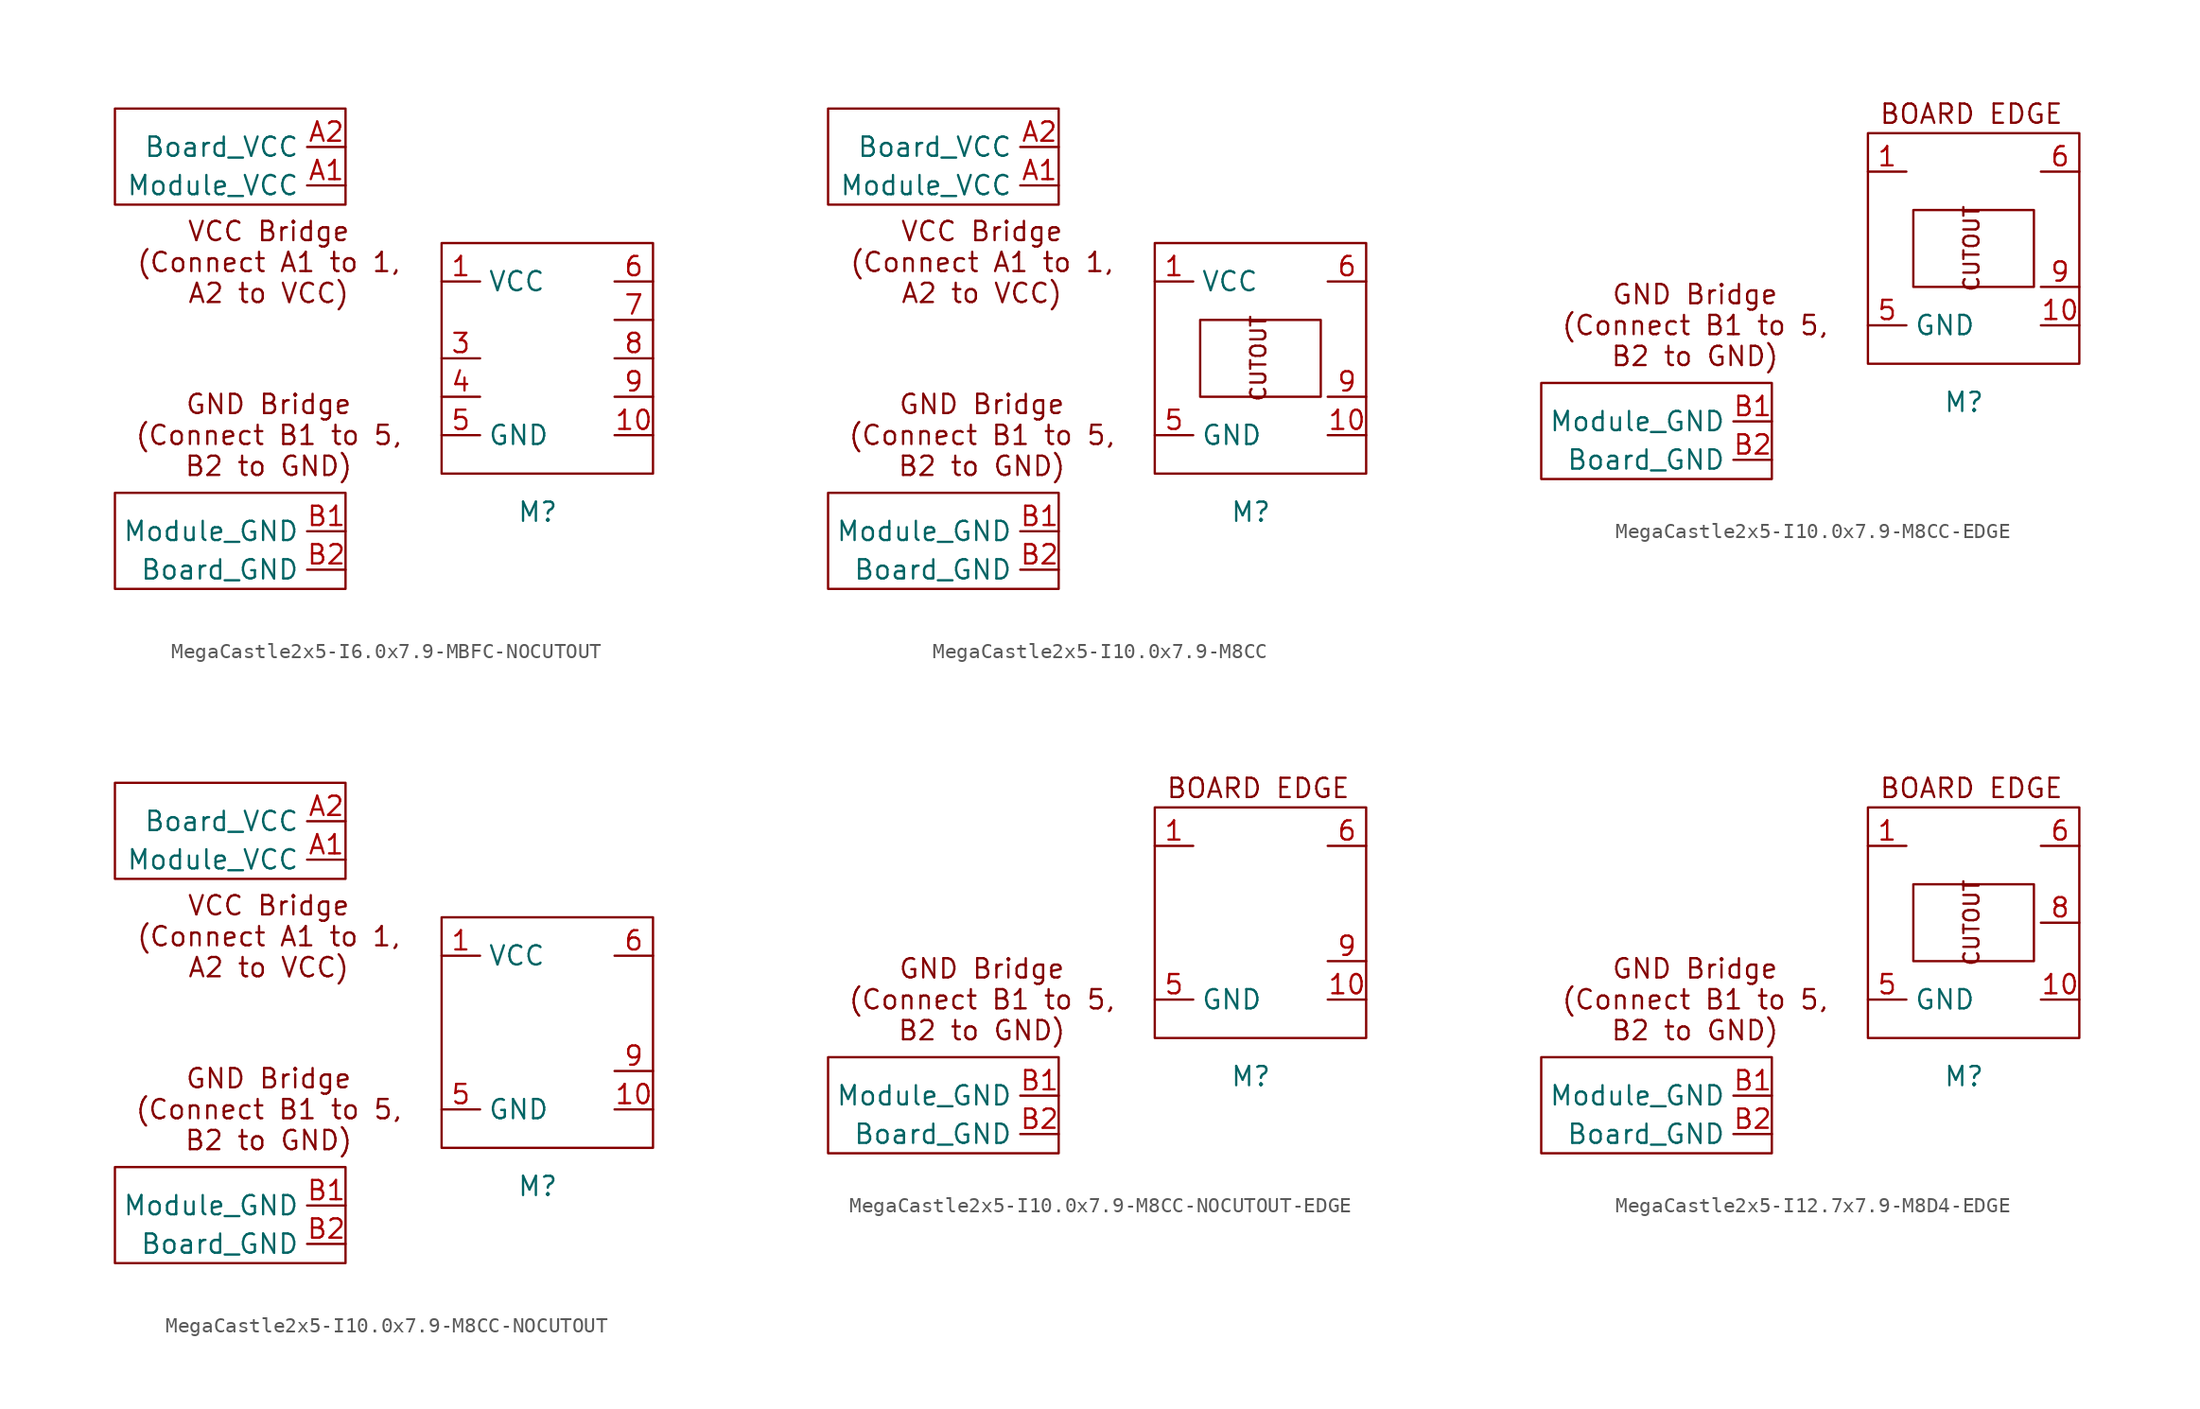
<source format=kicad_sym>
(kicad_symbol_lib
  (version 20241209)
  (generator "kicad_symbol_editor")
  (generator_version "9.0")
  (symbol "MegaCastle2x5-I6.0x7.9-MBFC-NOCUTOUT"
    (property "Reference" "M"
      (at 0 -10.16 0)
      (effects (font (size 1.27 1.27))))
    (property "Value" ""
      (at 0 5.08 0)
      (effects (font (size 1.27 1.27))))
    (symbol "MegaCastle2x5-I6.0x7.9-MBFC-NOCUTOUT_0_1"
      (rectangle (start -27.94 16.51) (end -12.7 10.16) (stroke (width 0) (type default)) (fill (type none)))
      (rectangle (start -27.94 -8.89) (end -12.7 -15.24) (stroke (width 0) (type default)) (fill (type none)))
      (rectangle (start -6.35 7.62) (end 7.62 -7.62) (stroke (width 0) (type default)) (fill (type none))))
    (symbol "MegaCastle2x5-I6.0x7.9-MBFC-NOCUTOUT_1_1"
      (text "VCC Bridge\n(Connect A1 to 1,\nA2 to VCC)" (at -17.78 6.35 0) (effects (font (size 1.27 1.27))))
      (text "GND Bridge\n(Connect B1 to 5,\nB2 to GND)" (at -17.78 -5.08 0) (effects (font (size 1.27 1.27))))
      (pin bidirectional line (at -12.7 13.97 180) (length 2.54) (name "Board_VCC" (effects (font (size 1.27 1.27)))) (number "A2" (effects (font (size 1.27 1.27)))))
      (pin bidirectional line (at -12.7 11.43 180) (length 2.54) (name "Module_VCC" (effects (font (size 1.27 1.27)))) (number "A1" (effects (font (size 1.27 1.27)))))
      (pin bidirectional line (at -12.7 -11.43 180) (length 2.54) (name "Module_GND" (effects (font (size 1.27 1.27)))) (number "B1" (effects (font (size 1.27 1.27)))))
      (pin bidirectional line (at -12.7 -13.97 180) (length 2.54) (name "Board_GND" (effects (font (size 1.27 1.27)))) (number "B2" (effects (font (size 1.27 1.27)))))
      (pin bidirectional line (at -6.35 5.08 0) (length 2.54) (name "VCC" (effects (font (size 1.27 1.27)))) (number "1" (effects (font (size 1.27 1.27)))))
      (pin bidirectional line (at -6.35 0 0) (length 2.54) (name "" (effects (font (size 1.27 1.27)))) (number "3" (effects (font (size 1.27 1.27)))))
      (pin bidirectional line (at -6.35 -2.54 0) (length 2.54) (name "" (effects (font (size 1.27 1.27)))) (number "4" (effects (font (size 1.27 1.27)))))
      (pin bidirectional line (at -6.35 -5.08 0) (length 2.54) (name "GND" (effects (font (size 1.27 1.27)))) (number "5" (effects (font (size 1.27 1.27)))))
      (pin bidirectional line (at 7.62 5.08 180) (length 2.54) (name "" (effects (font (size 1.27 1.27)))) (number "6" (effects (font (size 1.27 1.27)))))
      (pin bidirectional line (at 7.62 2.54 180) (length 2.54) (name "" (effects (font (size 1.27 1.27)))) (number "7" (effects (font (size 1.27 1.27)))))
      (pin bidirectional line (at 7.62 0 180) (length 2.54) (name "" (effects (font (size 1.27 1.27)))) (number "8" (effects (font (size 1.27 1.27)))))
      (pin bidirectional line (at 7.62 -2.54 180) (length 2.54) (name "" (effects (font (size 1.27 1.27)))) (number "9" (effects (font (size 1.27 1.27)))))
      (pin bidirectional line (at 7.62 -5.08 180) (length 2.54) (name "" (effects (font (size 1.27 1.27)))) (number "10" (effects (font (size 1.27 1.27)))))))
  (symbol "MegaCastle2x5-I10.0x7.9-M8CC"
    (property "Reference" "M"
      (at 0 -10.16 0)
      (effects (font (size 1.27 1.27))))
    (property "Value" ""
      (at 0 5.08 0)
      (effects (font (size 1.27 1.27))))
    (symbol "MegaCastle2x5-I10.0x7.9-M8CC_0_1"
      (rectangle (start -27.94 16.51) (end -12.7 10.16) (stroke (width 0) (type default)) (fill (type none)))
      (rectangle (start -27.94 -8.89) (end -12.7 -15.24) (stroke (width 0) (type default)) (fill (type none)))
      (rectangle (start -6.35 7.62) (end 7.62 -7.62) (stroke (width 0) (type default)) (fill (type none)))
      (rectangle (start -3.35 2.54) (end 4.62 -2.54) (stroke (width 0) (type default)) (fill (type none))))
    (symbol "MegaCastle2x5-I10.0x7.9-M8CC_1_1"
      (text "VCC Bridge\n(Connect A1 to 1,\nA2 to VCC)" (at -17.78 6.35 0) (effects (font (size 1.27 1.27))))
      (text "GND Bridge\n(Connect B1 to 5,\nB2 to GND)" (at -17.78 -5.08 0) (effects (font (size 1.27 1.27))))
      (text "CUTOUT" (at 0.5 0 900) (effects (font (size 1 1))))
      (pin bidirectional line (at -12.7 13.97 180) (length 2.54) (name "Board_VCC" (effects (font (size 1.27 1.27)))) (number "A2" (effects (font (size 1.27 1.27)))))
      (pin bidirectional line (at -12.7 11.43 180) (length 2.54) (name "Module_VCC" (effects (font (size 1.27 1.27)))) (number "A1" (effects (font (size 1.27 1.27)))))
      (pin bidirectional line (at -12.7 -11.43 180) (length 2.54) (name "Module_GND" (effects (font (size 1.27 1.27)))) (number "B1" (effects (font (size 1.27 1.27)))))
      (pin bidirectional line (at -12.7 -13.97 180) (length 2.54) (name "Board_GND" (effects (font (size 1.27 1.27)))) (number "B2" (effects (font (size 1.27 1.27)))))
      (pin bidirectional line (at -6.35 5.08 0) (length 2.54) (name "VCC" (effects (font (size 1.27 1.27)))) (number "1" (effects (font (size 1.27 1.27)))))
      (pin bidirectional line (at -6.35 -5.08 0) (length 2.54) (name "GND" (effects (font (size 1.27 1.27)))) (number "5" (effects (font (size 1.27 1.27)))))
      (pin bidirectional line (at 7.62 5.08 180) (length 2.54) (name "" (effects (font (size 1.27 1.27)))) (number "6" (effects (font (size 1.27 1.27)))))
      (pin bidirectional line (at 7.62 -2.54 180) (length 2.54) (name "" (effects (font (size 1.27 1.27)))) (number "9" (effects (font (size 1.27 1.27)))))
      (pin bidirectional line (at 7.62 -5.08 180) (length 2.54) (name "" (effects (font (size 1.27 1.27)))) (number "10" (effects (font (size 1.27 1.27)))))))
  (symbol "MegaCastle2x5-I10.0x7.9-M8CC-EDGE"
    (property "Reference" "M"
      (at 0 -10.16 0)
      (effects (font (size 1.27 1.27))))
    (property "Value" ""
      (at 0 5.08 0)
      (effects (font (size 1.27 1.27))))
    (symbol "MegaCastle2x5-I10.0x7.9-M8CC-EDGE_0_1"
      (rectangle (start -27.94 -8.89) (end -12.7 -15.24) (stroke (width 0) (type default)) (fill (type none)))
      (rectangle (start -6.35 7.62) (end 7.62 -7.62) (stroke (width 0) (type default)) (fill (type none)))
      (rectangle (start -3.35 2.54) (end 4.62 -2.54) (stroke (width 0) (type default)) (fill (type none))))
    (symbol "MegaCastle2x5-I10.0x7.9-M8CC-EDGE_1_1"
      (text "GND Bridge\n(Connect B1 to 5,\nB2 to GND)" (at -17.78 -5.08 0) (effects (font (size 1.27 1.27))))
      (text " BOARD EDGE" (at 0 8.89 0) (effects (font (size 1.27 1.27))))
      (text "CUTOUT" (at 0.5 0 900) (effects (font (size 1 1))))
      (pin bidirectional line (at -12.7 -11.43 180) (length 2.54) (name "Module_GND" (effects (font (size 1.27 1.27)))) (number "B1" (effects (font (size 1.27 1.27)))))
      (pin bidirectional line (at -12.7 -13.97 180) (length 2.54) (name "Board_GND" (effects (font (size 1.27 1.27)))) (number "B2" (effects (font (size 1.27 1.27)))))
      (pin bidirectional line (at -6.35 5.08 0) (length 2.54) (name "" (effects (font (size 1.27 1.27)))) (number "1" (effects (font (size 1.27 1.27)))))
      (pin bidirectional line (at -6.35 -5.08 0) (length 2.54) (name "GND" (effects (font (size 1.27 1.27)))) (number "5" (effects (font (size 1.27 1.27)))))
      (pin bidirectional line (at 7.62 5.08 180) (length 2.54) (name "" (effects (font (size 1.27 1.27)))) (number "6" (effects (font (size 1.27 1.27)))))
      (pin bidirectional line (at 7.62 -2.54 180) (length 2.54) (name "" (effects (font (size 1.27 1.27)))) (number "9" (effects (font (size 1.27 1.27)))))
      (pin bidirectional line (at 7.62 -5.08 180) (length 2.54) (name "" (effects (font (size 1.27 1.27)))) (number "10" (effects (font (size 1.27 1.27)))))))
  (symbol "MegaCastle2x5-I10.0x7.9-M8CC-NOCUTOUT"
    (property "Reference" "M"
      (at 0 -10.16 0)
      (effects (font (size 1.27 1.27))))
    (property "Value" ""
      (at 0 5.08 0)
      (effects (font (size 1.27 1.27))))
    (symbol "MegaCastle2x5-I10.0x7.9-M8CC-NOCUTOUT_0_1"
      (rectangle (start -27.94 16.51) (end -12.7 10.16) (stroke (width 0) (type default)) (fill (type none)))
      (rectangle (start -27.94 -8.89) (end -12.7 -15.24) (stroke (width 0) (type default)) (fill (type none)))
      (rectangle (start -6.35 7.62) (end 7.62 -7.62) (stroke (width 0) (type default)) (fill (type none))))
    (symbol "MegaCastle2x5-I10.0x7.9-M8CC-NOCUTOUT_1_1"
      (text "VCC Bridge\n(Connect A1 to 1,\nA2 to VCC)" (at -17.78 6.35 0) (effects (font (size 1.27 1.27))))
      (text "GND Bridge\n(Connect B1 to 5,\nB2 to GND)" (at -17.78 -5.08 0) (effects (font (size 1.27 1.27))))
      (pin bidirectional line (at -12.7 13.97 180) (length 2.54) (name "Board_VCC" (effects (font (size 1.27 1.27)))) (number "A2" (effects (font (size 1.27 1.27)))))
      (pin bidirectional line (at -12.7 11.43 180) (length 2.54) (name "Module_VCC" (effects (font (size 1.27 1.27)))) (number "A1" (effects (font (size 1.27 1.27)))))
      (pin bidirectional line (at -12.7 -11.43 180) (length 2.54) (name "Module_GND" (effects (font (size 1.27 1.27)))) (number "B1" (effects (font (size 1.27 1.27)))))
      (pin bidirectional line (at -12.7 -13.97 180) (length 2.54) (name "Board_GND" (effects (font (size 1.27 1.27)))) (number "B2" (effects (font (size 1.27 1.27)))))
      (pin bidirectional line (at -6.35 5.08 0) (length 2.54) (name "VCC" (effects (font (size 1.27 1.27)))) (number "1" (effects (font (size 1.27 1.27)))))
      (pin bidirectional line (at -6.35 -5.08 0) (length 2.54) (name "GND" (effects (font (size 1.27 1.27)))) (number "5" (effects (font (size 1.27 1.27)))))
      (pin bidirectional line (at 7.62 5.08 180) (length 2.54) (name "" (effects (font (size 1.27 1.27)))) (number "6" (effects (font (size 1.27 1.27)))))
      (pin bidirectional line (at 7.62 -2.54 180) (length 2.54) (name "" (effects (font (size 1.27 1.27)))) (number "9" (effects (font (size 1.27 1.27)))))
      (pin bidirectional line (at 7.62 -5.08 180) (length 2.54) (name "" (effects (font (size 1.27 1.27)))) (number "10" (effects (font (size 1.27 1.27)))))))
  (symbol "MegaCastle2x5-I10.0x7.9-M8CC-NOCUTOUT-EDGE"
    (property "Reference" "M"
      (at 0 -10.16 0)
      (effects (font (size 1.27 1.27))))
    (property "Value" ""
      (at 0 5.08 0)
      (effects (font (size 1.27 1.27))))
    (symbol "MegaCastle2x5-I10.0x7.9-M8CC-NOCUTOUT-EDGE_0_1"
      (rectangle (start -27.94 -8.89) (end -12.7 -15.24) (stroke (width 0) (type default)) (fill (type none)))
      (rectangle (start -6.35 7.62) (end 7.62 -7.62) (stroke (width 0) (type default)) (fill (type none))))
    (symbol "MegaCastle2x5-I10.0x7.9-M8CC-NOCUTOUT-EDGE_1_1"
      (text "GND Bridge\n(Connect B1 to 5,\nB2 to GND)" (at -17.78 -5.08 0) (effects (font (size 1.27 1.27))))
      (text " BOARD EDGE" (at 0 8.89 0) (effects (font (size 1.27 1.27))))
      (pin bidirectional line (at -12.7 -11.43 180) (length 2.54) (name "Module_GND" (effects (font (size 1.27 1.27)))) (number "B1" (effects (font (size 1.27 1.27)))))
      (pin bidirectional line (at -12.7 -13.97 180) (length 2.54) (name "Board_GND" (effects (font (size 1.27 1.27)))) (number "B2" (effects (font (size 1.27 1.27)))))
      (pin bidirectional line (at -6.35 5.08 0) (length 2.54) (name "" (effects (font (size 1.27 1.27)))) (number "1" (effects (font (size 1.27 1.27)))))
      (pin bidirectional line (at -6.35 -5.08 0) (length 2.54) (name "GND" (effects (font (size 1.27 1.27)))) (number "5" (effects (font (size 1.27 1.27)))))
      (pin bidirectional line (at 7.62 5.08 180) (length 2.54) (name "" (effects (font (size 1.27 1.27)))) (number "6" (effects (font (size 1.27 1.27)))))
      (pin bidirectional line (at 7.62 -2.54 180) (length 2.54) (name "" (effects (font (size 1.27 1.27)))) (number "9" (effects (font (size 1.27 1.27)))))
      (pin bidirectional line (at 7.62 -5.08 180) (length 2.54) (name "" (effects (font (size 1.27 1.27)))) (number "10" (effects (font (size 1.27 1.27)))))))
  (symbol "MegaCastle2x5-I12.7x7.9-M8D4-EDGE"
    (property "Reference" "M"
      (at 0 -10.16 0)
      (effects (font (size 1.27 1.27))))
    (property "Value" ""
      (at 0 5.08 0)
      (effects (font (size 1.27 1.27))))
    (symbol "MegaCastle2x5-I12.7x7.9-M8D4-EDGE_0_1"
      (rectangle (start -27.94 -8.89) (end -12.7 -15.24) (stroke (width 0) (type default)) (fill (type none)))
      (rectangle (start -6.35 7.62) (end 7.62 -7.62) (stroke (width 0) (type default)) (fill (type none)))
      (rectangle (start -3.35 2.54) (end 4.62 -2.54) (stroke (width 0) (type default)) (fill (type none))))
    (symbol "MegaCastle2x5-I12.7x7.9-M8D4-EDGE_1_1"
      (text "GND Bridge\n(Connect B1 to 5,\nB2 to GND)" (at -17.78 -5.08 0) (effects (font (size 1.27 1.27))))
      (text " BOARD EDGE" (at 0 8.89 0) (effects (font (size 1.27 1.27))))
      (text "CUTOUT" (at 0.5 0 900) (effects (font (size 1 1))))
      (pin bidirectional line (at -12.7 -11.43 180) (length 2.54) (name "Module_GND" (effects (font (size 1.27 1.27)))) (number "B1" (effects (font (size 1.27 1.27)))))
      (pin bidirectional line (at -12.7 -13.97 180) (length 2.54) (name "Board_GND" (effects (font (size 1.27 1.27)))) (number "B2" (effects (font (size 1.27 1.27)))))
      (pin bidirectional line (at -6.35 5.08 0) (length 2.54) (name "" (effects (font (size 1.27 1.27)))) (number "1" (effects (font (size 1.27 1.27)))))
      (pin bidirectional line (at -6.35 -5.08 0) (length 2.54) (name "GND" (effects (font (size 1.27 1.27)))) (number "5" (effects (font (size 1.27 1.27)))))
      (pin bidirectional line (at 7.62 5.08 180) (length 2.54) (name "" (effects (font (size 1.27 1.27)))) (number "6" (effects (font (size 1.27 1.27)))))
      (pin bidirectional line (at 7.62 0 180) (length 2.54) (name "" (effects (font (size 1.27 1.27)))) (number "8" (effects (font (size 1.27 1.27)))))
      (pin bidirectional line (at 7.62 -5.08 180) (length 2.54) (name "" (effects (font (size 1.27 1.27)))) (number "10" (effects (font (size 1.27 1.27))))))))
</source>
